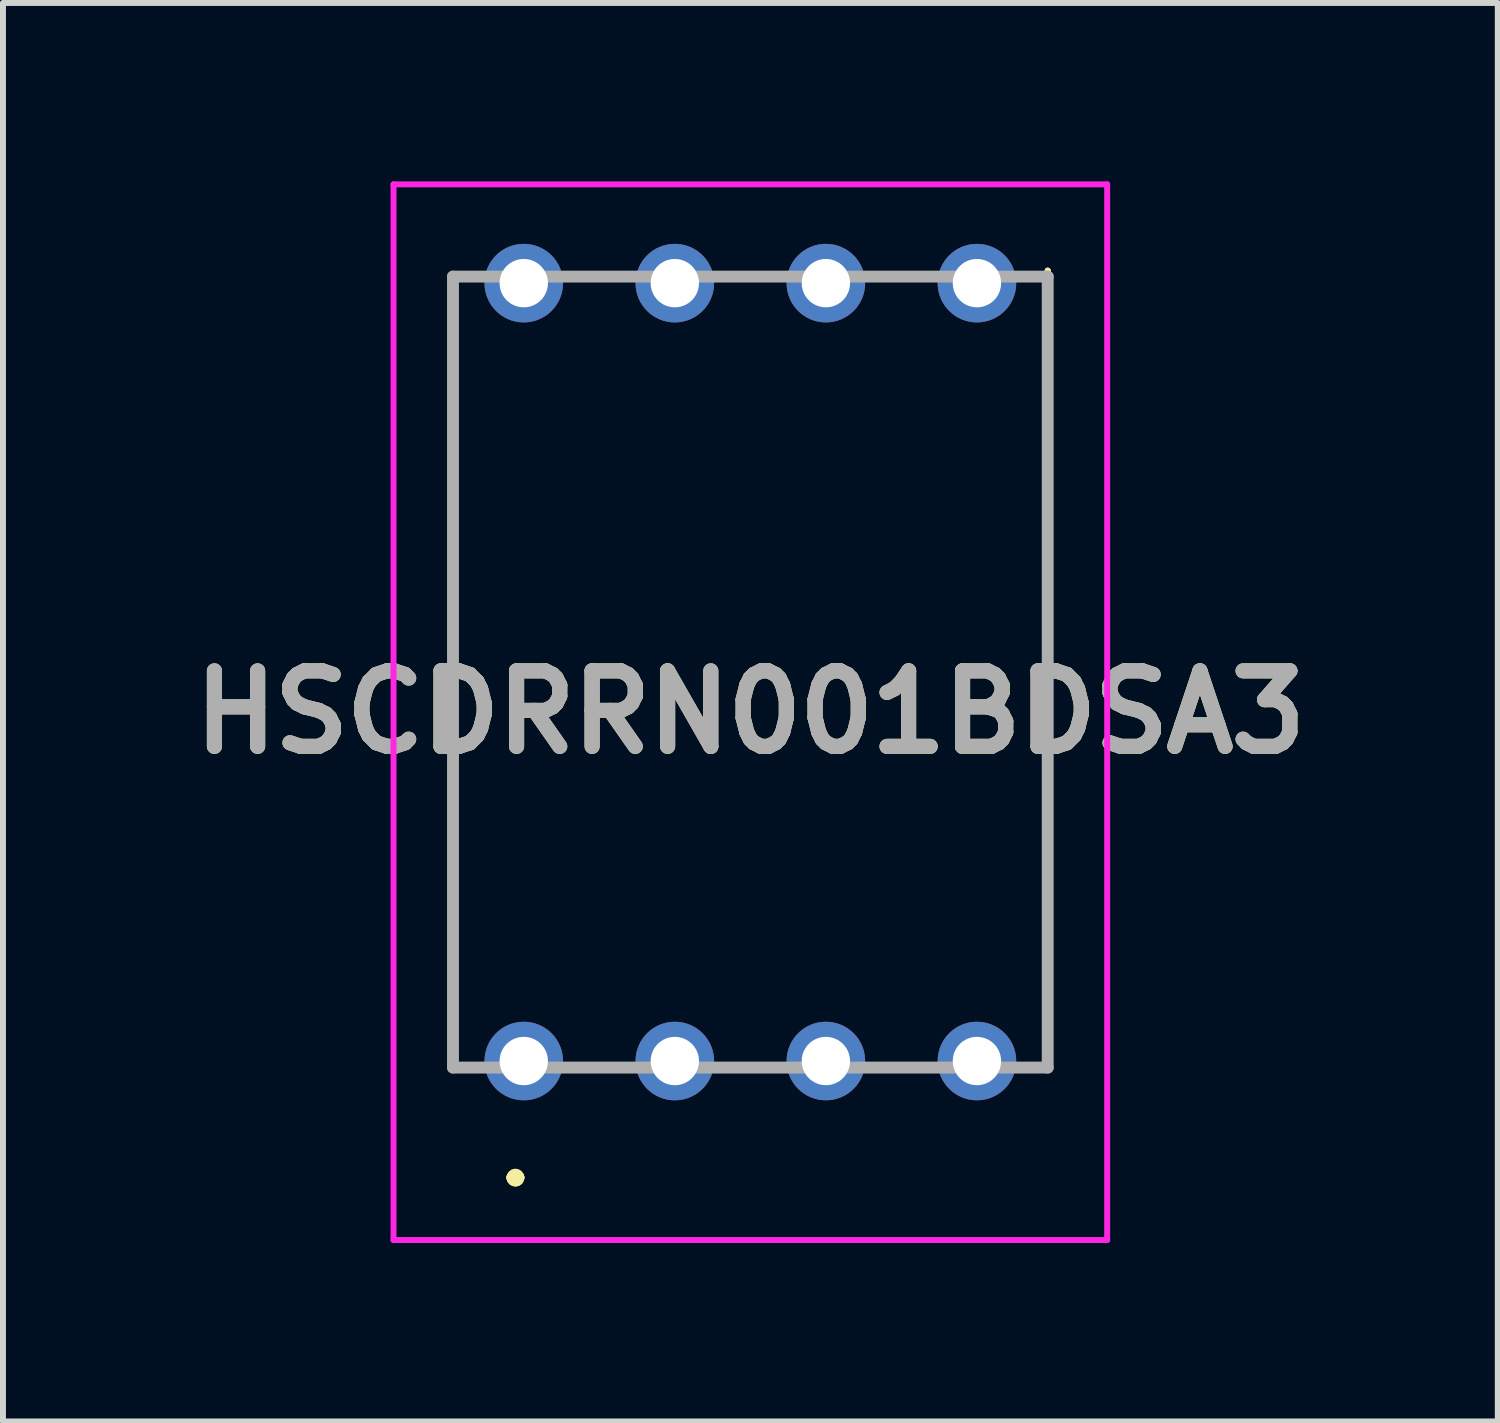
<source format=kicad_pcb>
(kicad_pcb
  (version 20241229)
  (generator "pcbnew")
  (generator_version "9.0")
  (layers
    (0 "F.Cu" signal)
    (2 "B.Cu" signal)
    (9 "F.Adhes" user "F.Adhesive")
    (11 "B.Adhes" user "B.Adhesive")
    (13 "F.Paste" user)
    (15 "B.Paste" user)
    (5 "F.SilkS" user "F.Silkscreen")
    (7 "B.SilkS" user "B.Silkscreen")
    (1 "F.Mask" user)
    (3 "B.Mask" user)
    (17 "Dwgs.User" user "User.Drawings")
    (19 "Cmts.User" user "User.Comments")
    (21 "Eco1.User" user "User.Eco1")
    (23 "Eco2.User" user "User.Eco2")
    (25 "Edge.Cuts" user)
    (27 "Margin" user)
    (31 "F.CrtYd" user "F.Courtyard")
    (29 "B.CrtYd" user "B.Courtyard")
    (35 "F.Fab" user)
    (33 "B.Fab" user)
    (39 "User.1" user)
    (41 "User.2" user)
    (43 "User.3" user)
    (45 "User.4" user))
  (footprint "HSCDRRN001BDSA3"
    (layer "F.Cu")
    (at 5.757 14.791)
    (property "Reference" "HSCDRRN001BDSA3" (at 3.81 -5.865 0) (layer "F.SilkS") (effects (font (size 1.27 1.27) (thickness 0.254))))
    (attr through_hole)
    (fp_line (start -1.19 -13.19) (end -1.19 -13.19) (stroke (width 0.1) (type solid)) (layer "F.SilkS"))
    (fp_line (start -1.19 -13.19) (end -1.19 0.11) (stroke (width 0.1) (type solid)) (layer "F.SilkS"))
    (fp_line (start -1.19 0.11) (end -1.19 -13.19) (stroke (width 0.1) (type solid)) (layer "F.SilkS"))
    (fp_line (start -1.19 0.11) (end -1.19 0.11) (stroke (width 0.1) (type solid)) (layer "F.SilkS"))
    (fp_line (start -0.19 1.96) (end -0.19 1.96) (stroke (width 0.2) (type solid)) (layer "F.SilkS"))
    (fp_line (start -0.19 1.96) (end -0.19 1.96) (stroke (width 0.2) (type solid)) (layer "F.SilkS"))
    (fp_line (start -0.09 1.96) (end -0.09 1.96) (stroke (width 0.2) (type solid)) (layer "F.SilkS"))
    (fp_line (start 8.81 -13.29) (end 8.81 -13.29) (stroke (width 0.1) (type solid)) (layer "F.SilkS"))
    (fp_line (start 8.81 -13.29) (end 8.81 0.11) (stroke (width 0.1) (type solid)) (layer "F.SilkS"))
    (fp_line (start 8.81 0.11) (end 8.81 -13.29) (stroke (width 0.1) (type solid)) (layer "F.SilkS"))
    (fp_line (start 8.81 0.11) (end 8.81 0.11) (stroke (width 0.1) (type solid)) (layer "F.SilkS"))
    (fp_arc (start -0.19 1.96) (mid -0.14 1.91) (end -0.09 1.96) (stroke (width 0.2) (type solid)) (layer "F.SilkS"))
    (fp_arc (start -0.09 1.96) (mid -0.14 2.01) (end -0.19 1.96) (stroke (width 0.2) (type solid)) (layer "F.SilkS"))
    (fp_arc (start -0.09 1.96) (mid -0.14 2.01) (end -0.19 1.96) (stroke (width 0.2) (type solid)) (layer "F.SilkS"))
    (fp_line (start -2.19 -14.741) (end 9.81 -14.741) (stroke (width 0.1) (type solid)) (layer "F.CrtYd"))
    (fp_line (start -2.19 3.01) (end -2.19 -14.741) (stroke (width 0.1) (type solid)) (layer "F.CrtYd"))
    (fp_line (start 9.81 -14.741) (end 9.81 3.01) (stroke (width 0.1) (type solid)) (layer "F.CrtYd"))
    (fp_line (start 9.81 3.01) (end -2.19 3.01) (stroke (width 0.1) (type solid)) (layer "F.CrtYd"))
    (fp_line (start -1.19 -13.19) (end -1.19 0.11) (stroke (width 0.2) (type solid)) (layer "F.Fab"))
    (fp_line (start -1.19 0.11) (end 8.81 0.11) (stroke (width 0.2) (type solid)) (layer "F.Fab"))
    (fp_line (start 8.81 -13.19) (end -1.19 -13.19) (stroke (width 0.2) (type solid)) (layer "F.Fab"))
    (fp_line (start 8.81 0.11) (end 8.81 -13.19) (stroke (width 0.2) (type solid)) (layer "F.Fab"))
    (fp_text user "${REFERENCE}" (at 3.81 -5.865 0) (layer "F.Fab") (effects (font (size 1.27 1.27) (thickness 0.254))))
    (pad "1" thru_hole circle (at 0 0) (size 1.321 1.321) (drill 0.813) (layers "*.Cu" "*.Mask"))
    (pad "2" thru_hole circle (at 2.54 0) (size 1.321 1.321) (drill 0.813) (layers "*.Cu" "*.Mask"))
    (pad "3" thru_hole circle (at 5.08 0) (size 1.321 1.321) (drill 0.813) (layers "*.Cu" "*.Mask"))
    (pad "4" thru_hole circle (at 7.62 0) (size 1.321 1.321) (drill 0.813) (layers "*.Cu" "*.Mask"))
    (pad "5" thru_hole circle (at 7.62 -13.08) (size 1.321 1.321) (drill 0.813) (layers "*.Cu" "*.Mask"))
    (pad "6" thru_hole circle (at 5.08 -13.08) (size 1.321 1.321) (drill 0.813) (layers "*.Cu" "*.Mask"))
    (pad "7" thru_hole circle (at 2.54 -13.08) (size 1.321 1.321) (drill 0.813) (layers "*.Cu" "*.Mask"))
    (pad "8" thru_hole circle (at 0 -13.08) (size 1.321 1.321) (drill 0.813) (layers "*.Cu" "*.Mask")))
  (gr_rect
    (start -3 -3)
    (end 22.135 20.851)
    (stroke (width 0.1) (type default))
    (fill no)
    (layer "Edge.Cuts")))
</source>
